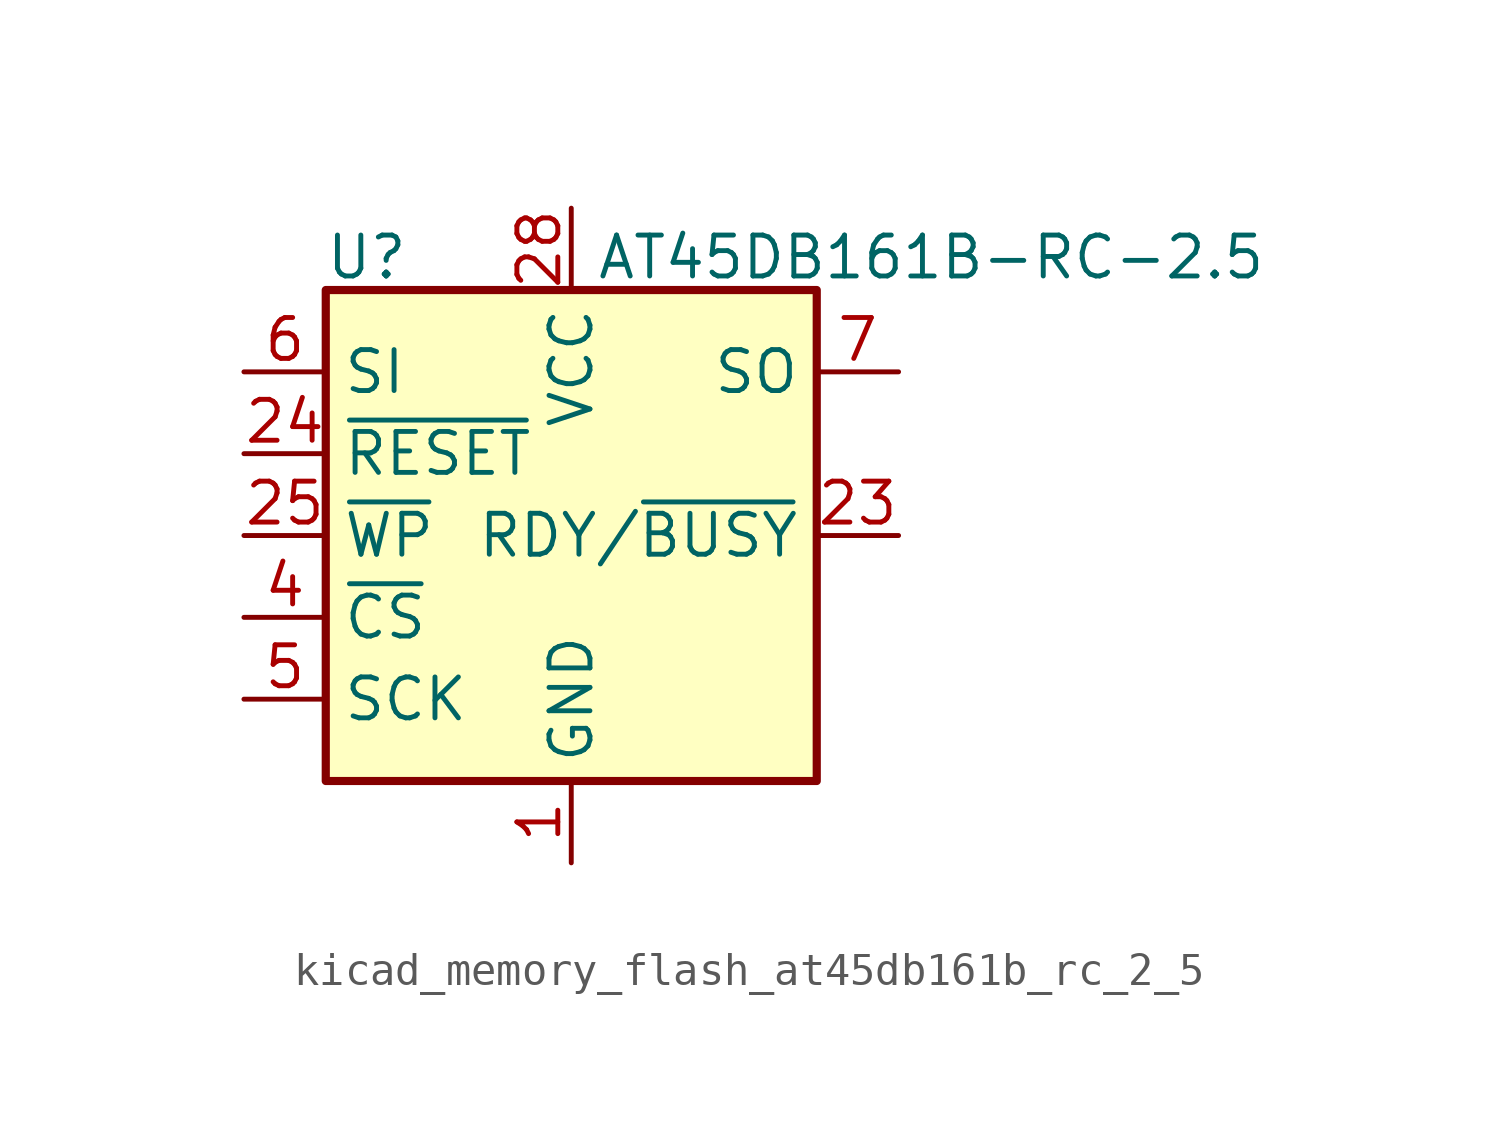
<source format=kicad_sym>
(kicad_symbol_lib
  (version 20220914)
  (generator kicad_symbol_editor)
  (symbol "kicad_memory_flash_at45db161b_rc_2_5"
    (property "Reference" "U"
      (at -6.35 8.636 0)
      (effects (font (size 1.27 1.27))))
    (property "Value" "AT45DB161B-RC-2.5"
      (at 0.762 8.636 0)
      (effects (font (size 1.27 1.27)) (justify left)))
    (symbol "kicad_memory_flash_at45db161b_rc_2_5_0_1"
      (rectangle (start -7.62 7.62) (end 7.62 -7.62) (stroke (width 0.254) (type default)) (fill (type background))))
    (symbol "kicad_memory_flash_at45db161b_rc_2_5_1_1"
      (pin power_in line (at 0 -10.16 90) (length 2.54) (name "GND" (effects (font (size 1.27 1.27)))) (number "1" (effects (font (size 1.27 1.27)))))
      (pin output line (at 10.16 0 180) (length 2.54) (name "RDY/~{BUSY}" (effects (font (size 1.27 1.27)))) (number "23" (effects (font (size 1.27 1.27)))))
      (pin input line (at -10.16 2.54 0) (length 2.54) (name "~{RESET}" (effects (font (size 1.27 1.27)))) (number "24" (effects (font (size 1.27 1.27)))))
      (pin input line (at -10.16 0 0) (length 2.54) (name "~{WP}" (effects (font (size 1.27 1.27)))) (number "25" (effects (font (size 1.27 1.27)))))
      (pin power_in line (at 0 10.16 270) (length 2.54) (name "VCC" (effects (font (size 1.27 1.27)))) (number "28" (effects (font (size 1.27 1.27)))))
      (pin input line (at -10.16 -2.54 0) (length 2.54) (name "~{CS}" (effects (font (size 1.27 1.27)))) (number "4" (effects (font (size 1.27 1.27)))))
      (pin input line (at -10.16 -5.08 0) (length 2.54) (name "SCK" (effects (font (size 1.27 1.27)))) (number "5" (effects (font (size 1.27 1.27)))))
      (pin input line (at -10.16 5.08 0) (length 2.54) (name "SI" (effects (font (size 1.27 1.27)))) (number "6" (effects (font (size 1.27 1.27)))))
      (pin output line (at 10.16 5.08 180) (length 2.54) (name "SO" (effects (font (size 1.27 1.27)))) (number "7" (effects (font (size 1.27 1.27))))))))
</source>
